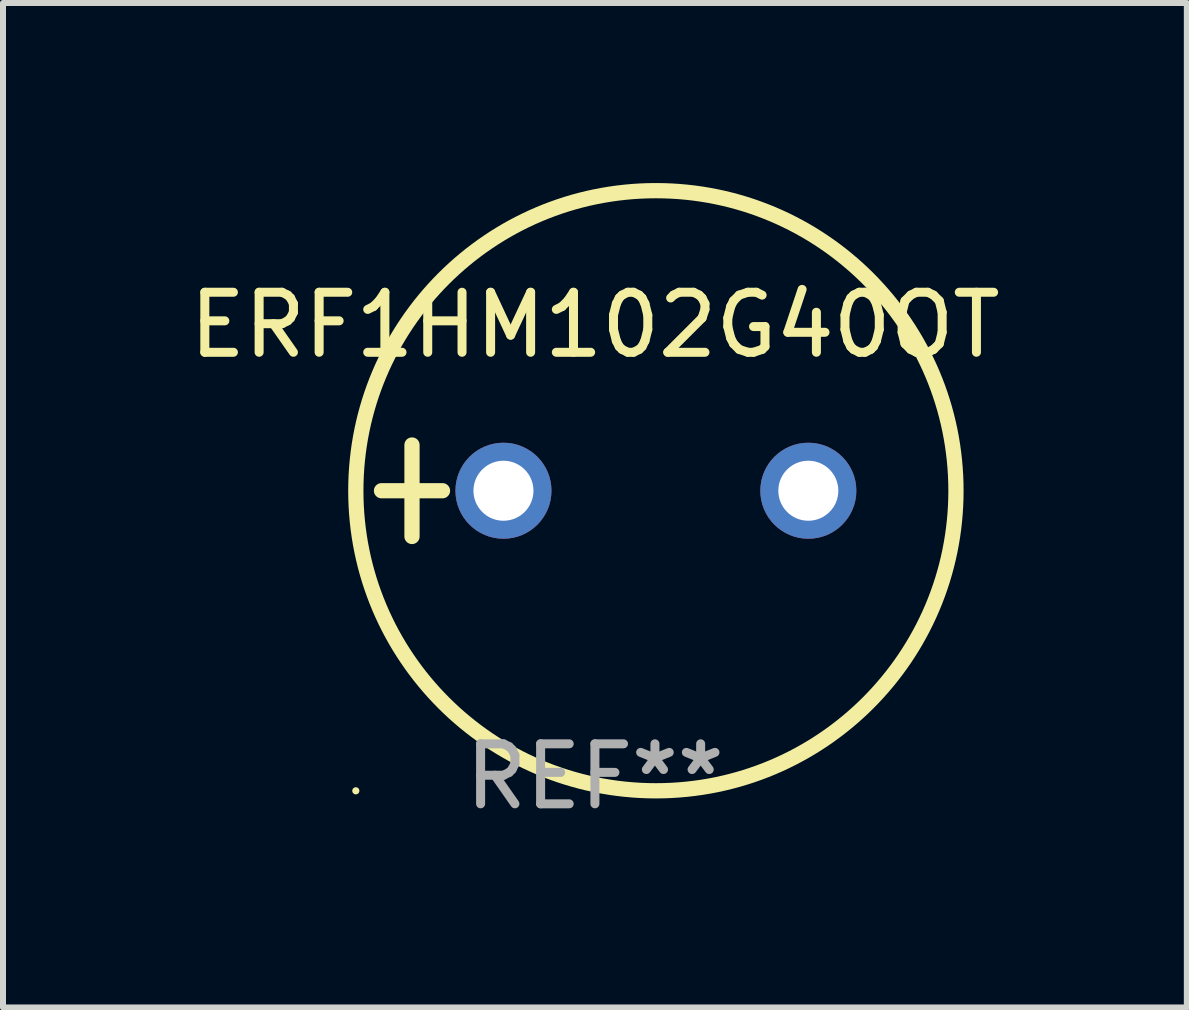
<source format=kicad_pcb>
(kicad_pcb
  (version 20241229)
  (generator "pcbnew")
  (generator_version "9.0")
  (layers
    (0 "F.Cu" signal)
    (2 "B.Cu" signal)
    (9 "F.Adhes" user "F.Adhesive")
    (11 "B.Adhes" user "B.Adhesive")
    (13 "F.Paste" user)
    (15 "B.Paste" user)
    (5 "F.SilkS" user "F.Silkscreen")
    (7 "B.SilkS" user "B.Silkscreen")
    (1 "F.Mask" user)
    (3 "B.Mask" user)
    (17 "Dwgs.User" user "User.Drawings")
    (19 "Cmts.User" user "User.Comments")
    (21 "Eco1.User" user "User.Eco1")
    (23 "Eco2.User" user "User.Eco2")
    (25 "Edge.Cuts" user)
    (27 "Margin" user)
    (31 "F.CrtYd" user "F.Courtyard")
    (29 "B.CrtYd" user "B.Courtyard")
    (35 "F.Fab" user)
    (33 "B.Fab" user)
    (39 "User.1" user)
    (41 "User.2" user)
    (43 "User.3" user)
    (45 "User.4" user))
  (footprint "ERF1HM102G40OT"
    (layer "F.Cu")
    (at 6.863 5.127)
    (property "Reference" "ERF1HM102G40OT" (at 0 -2.762 0) (layer "F.SilkS") (effects (font (size 1 1) (thickness 0.15))))
    (attr through_hole)
    (fp_line (start -3.556 0) (end -2.54 0) (stroke (width 0.254) (type solid)) (layer "F.SilkS"))
    (fp_line (start -3.048 -0.762) (end -3.048 0.762) (stroke (width 0.254) (type solid)) (layer "F.SilkS"))
    (fp_circle (center -3.984 5) (end -3.954 5) (stroke (width 0.06) (type solid)) (fill no) (layer "F.SilkS"))
    (fp_circle (center 1.016 0) (end 6.016 0) (stroke (width 0.254) (type solid)) (fill no) (layer "F.SilkS"))
    (fp_text user "REF**" (at 0 4.762 0) (layer "F.Fab") (effects (font (size 1 1) (thickness 0.15))))
    (pad "1" thru_hole circle (at -1.524 0) (size 1.6 1.6) (drill 1) (layers "*.Cu" "*.Mask"))
    (pad "2" thru_hole circle (at 3.556 0) (size 1.6 1.6) (drill 1) (layers "*.Cu" "*.Mask")))
  (gr_rect
    (start -3 -3)
    (end 16.726 13.737)
    (stroke (width 0.1) (type default))
    (fill no)
    (layer "Edge.Cuts")))
</source>
